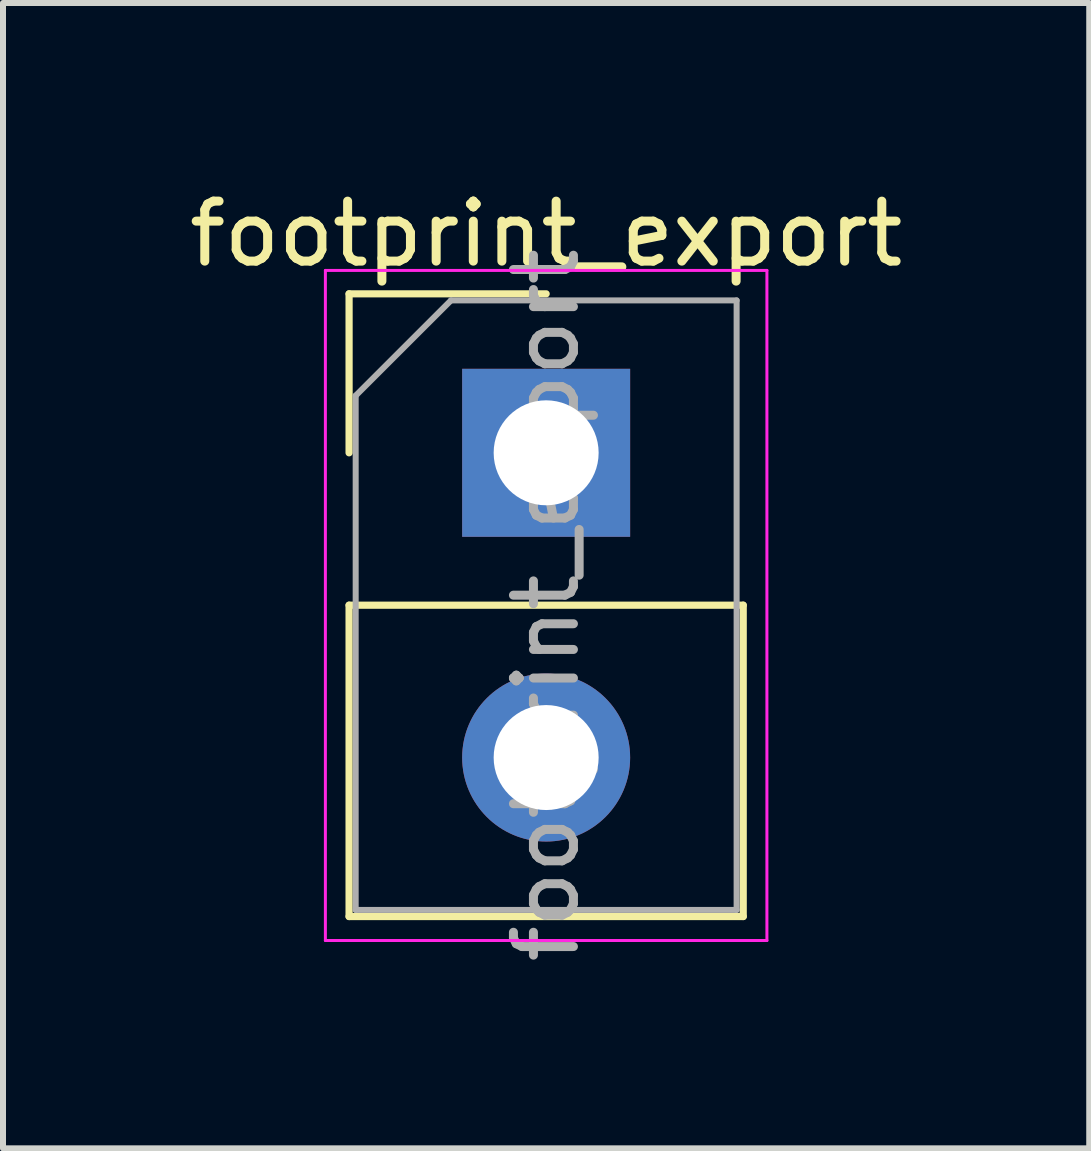
<source format=kicad_pcb>
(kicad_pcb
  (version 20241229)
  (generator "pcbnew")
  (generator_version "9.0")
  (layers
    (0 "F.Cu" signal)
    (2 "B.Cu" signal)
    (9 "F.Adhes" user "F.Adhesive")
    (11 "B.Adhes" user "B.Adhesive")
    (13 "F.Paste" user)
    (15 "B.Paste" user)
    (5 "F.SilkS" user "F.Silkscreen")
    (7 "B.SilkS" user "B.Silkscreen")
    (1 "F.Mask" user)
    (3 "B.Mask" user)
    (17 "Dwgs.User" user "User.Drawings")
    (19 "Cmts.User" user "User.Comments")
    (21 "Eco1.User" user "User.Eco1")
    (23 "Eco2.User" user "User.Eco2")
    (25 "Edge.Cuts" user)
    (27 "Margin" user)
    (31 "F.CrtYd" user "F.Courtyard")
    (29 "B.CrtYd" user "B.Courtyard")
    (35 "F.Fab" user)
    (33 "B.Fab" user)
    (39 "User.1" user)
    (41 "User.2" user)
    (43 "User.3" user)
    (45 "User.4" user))
  (footprint "footprint_export"
    (layer "F.Cu")
    (at 6.054 4.498)
    (property "Reference" "footprint_export" (at 0 -3.65 0) (layer "F.SilkS") (effects (font (size 1 1) (thickness 0.15))))
    (attr through_hole)
    (fp_line (start -3.285 -2.65) (end 0 -2.65) (stroke (width 0.12) (type solid)) (layer "F.SilkS"))
    (fp_line (start -3.285 0) (end -3.285 -2.65) (stroke (width 0.12) (type solid)) (layer "F.SilkS"))
    (fp_line (start -3.285 2.54) (end -3.285 7.73) (stroke (width 0.12) (type solid)) (layer "F.SilkS"))
    (fp_line (start -3.285 2.54) (end 3.285 2.54) (stroke (width 0.12) (type solid)) (layer "F.SilkS"))
    (fp_line (start -3.285 7.73) (end 3.285 7.73) (stroke (width 0.12) (type solid)) (layer "F.SilkS"))
    (fp_line (start 3.285 2.54) (end 3.285 7.73) (stroke (width 0.12) (type solid)) (layer "F.SilkS"))
    (fp_line (start -3.68 -3.04) (end -3.68 8.13) (stroke (width 0.05) (type solid)) (layer "F.CrtYd"))
    (fp_line (start -3.68 8.13) (end 3.68 8.13) (stroke (width 0.05) (type solid)) (layer "F.CrtYd"))
    (fp_line (start 3.68 -3.04) (end -3.68 -3.04) (stroke (width 0.05) (type solid)) (layer "F.CrtYd"))
    (fp_line (start 3.68 8.13) (end 3.68 -3.04) (stroke (width 0.05) (type solid)) (layer "F.CrtYd"))
    (fp_line (start -3.175 -0.953) (end -1.587 -2.54) (stroke (width 0.1) (type solid)) (layer "F.Fab"))
    (fp_line (start -3.175 7.62) (end -3.175 -0.953) (stroke (width 0.1) (type solid)) (layer "F.Fab"))
    (fp_line (start -1.587 -2.54) (end 3.175 -2.54) (stroke (width 0.1) (type solid)) (layer "F.Fab"))
    (fp_line (start 3.175 -2.54) (end 3.175 7.62) (stroke (width 0.1) (type solid)) (layer "F.Fab"))
    (fp_line (start 3.175 7.62) (end -3.175 7.62) (stroke (width 0.1) (type solid)) (layer "F.Fab"))
    (fp_text user "${REFERENCE}" (at 0 2.54 90) (layer "F.Fab") (effects (font (size 1 1) (thickness 0.15))))
    (pad "1" thru_hole rect (at 0 0) (size 2.8 2.8) (drill 1.75) (layers "*.Cu" "*.Mask"))
    (pad "2" thru_hole circle (at 0 5.08) (size 2.8 2.8) (drill 1.75) (layers "*.Cu" "*.Mask")))
  (gr_rect
    (start -3 -3)
    (end 15.107 16.092)
    (stroke (width 0.1) (type default))
    (fill no)
    (layer "Edge.Cuts")))
</source>
